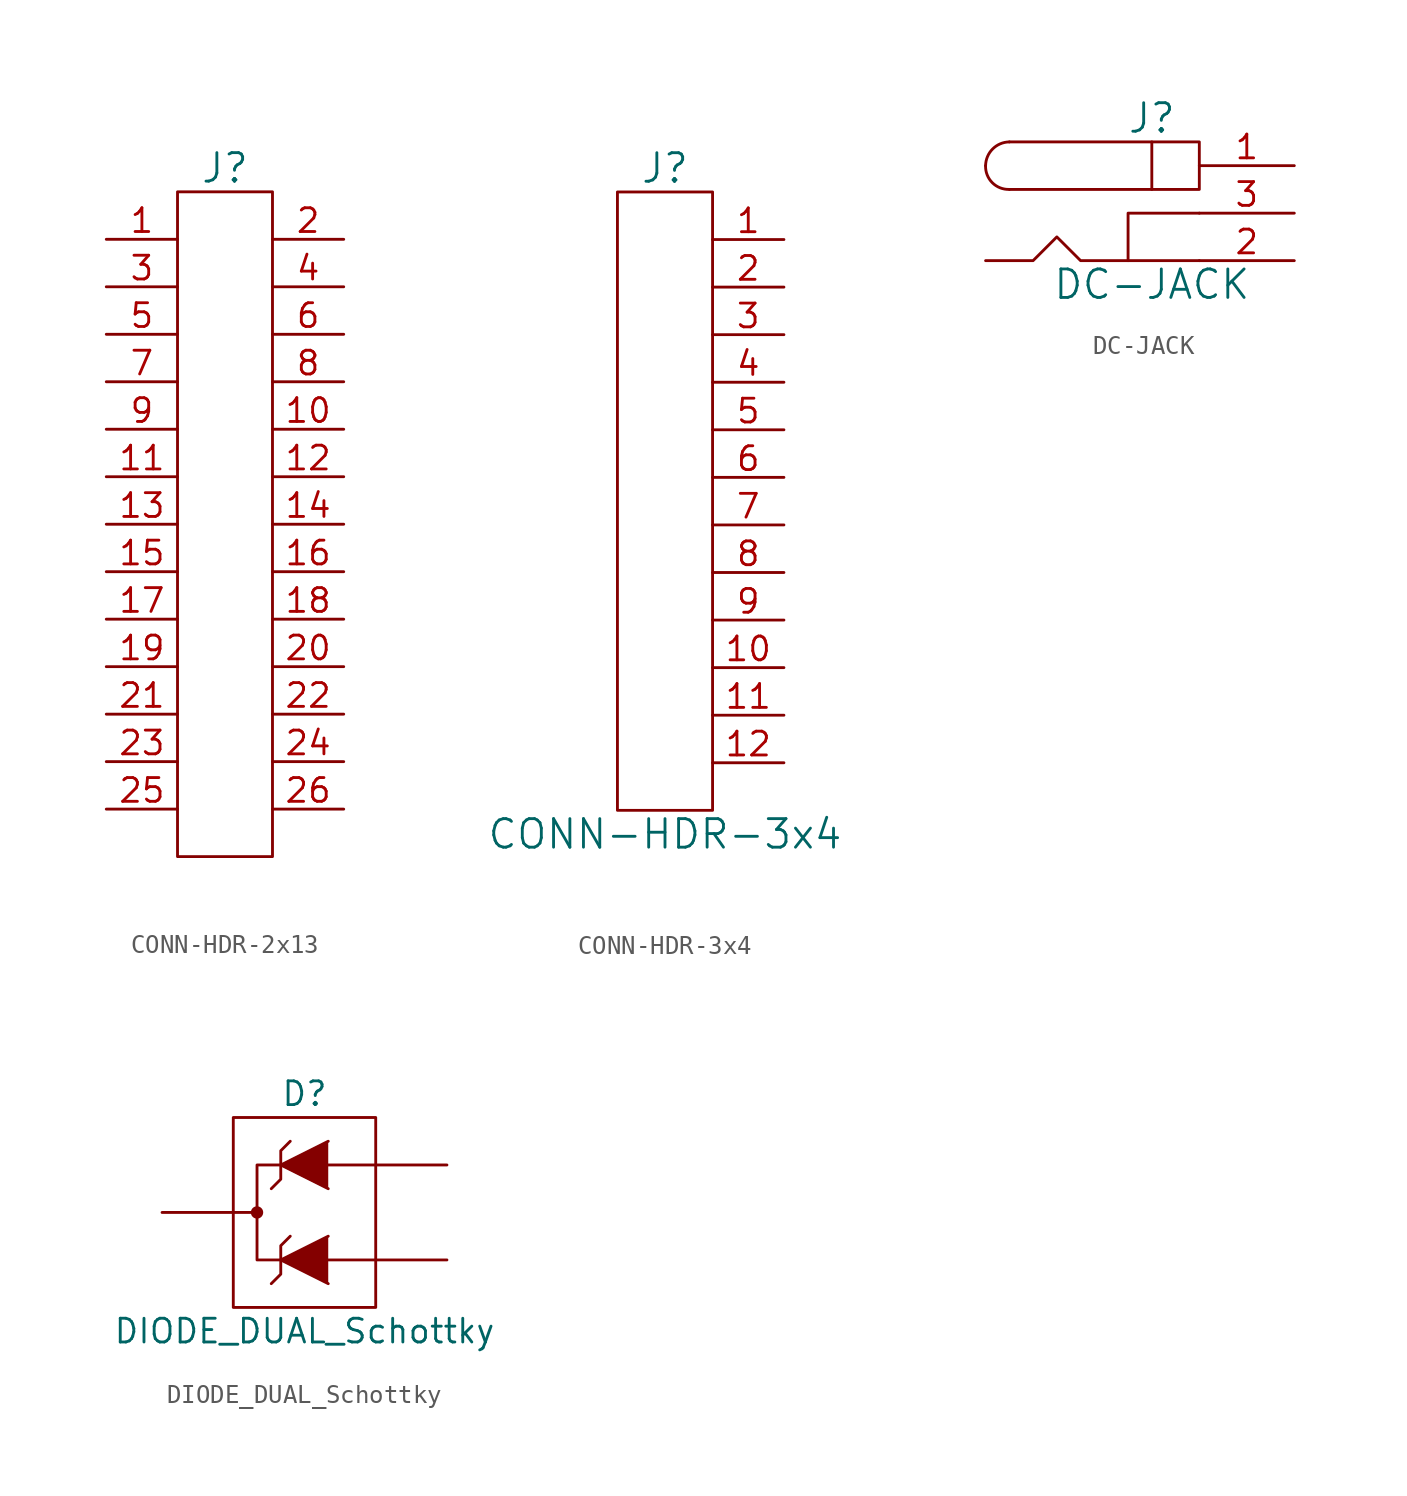
<source format=kicad_sym>
(kicad_symbol_lib
  (version 20211014)
  (generator kicad_symbol_editor)
  (symbol "CONN-HDR-2x13"
    (pin_names
      (offset 1.016))
    (property "Reference" "J"
      (at 0 19.05 0)
      (effects (font (size 1.524 1.524))))
    (property "Datasheet" ""
      (at 0 6.35 0)
      (effects (font (size 1.524 1.524))))
    (symbol "CONN-HDR-2x13_0_1"
      (rectangle (start 2.54 17.78) (end -2.54 -17.78) (stroke (width 0) (type default) (color 0 0 0 0)) (fill (type none)))
      (pin passive line (at 6.35 15.24 180) (length 3.81) (name "~" (effects (font (size 1.27 1.27)))) (number "2" (effects (font (size 1.27 1.27))))))
    (symbol "CONN-HDR-2x13_1_1"
      (pin passive line (at -6.35 15.24 0) (length 3.81) (name "~" (effects (font (size 1.27 1.27)))) (number "1" (effects (font (size 1.27 1.27)))))
      (pin passive line (at 6.35 5.08 180) (length 3.81) (name "~" (effects (font (size 1.27 1.27)))) (number "10" (effects (font (size 1.27 1.27)))))
      (pin passive line (at -6.35 2.54 0) (length 3.81) (name "~" (effects (font (size 1.27 1.27)))) (number "11" (effects (font (size 1.27 1.27)))))
      (pin passive line (at 6.35 2.54 180) (length 3.81) (name "~" (effects (font (size 1.27 1.27)))) (number "12" (effects (font (size 1.27 1.27)))))
      (pin passive line (at -6.35 0 0) (length 3.81) (name "~" (effects (font (size 1.27 1.27)))) (number "13" (effects (font (size 1.27 1.27)))))
      (pin passive line (at 6.35 0 180) (length 3.81) (name "~" (effects (font (size 1.27 1.27)))) (number "14" (effects (font (size 1.27 1.27)))))
      (pin passive line (at -6.35 -2.54 0) (length 3.81) (name "~" (effects (font (size 1.27 1.27)))) (number "15" (effects (font (size 1.27 1.27)))))
      (pin passive line (at 6.35 -2.54 180) (length 3.81) (name "~" (effects (font (size 1.27 1.27)))) (number "16" (effects (font (size 1.27 1.27)))))
      (pin passive line (at -6.35 -5.08 0) (length 3.81) (name "~" (effects (font (size 1.27 1.27)))) (number "17" (effects (font (size 1.27 1.27)))))
      (pin passive line (at 6.35 -5.08 180) (length 3.81) (name "~" (effects (font (size 1.27 1.27)))) (number "18" (effects (font (size 1.27 1.27)))))
      (pin passive line (at -6.35 -7.62 0) (length 3.81) (name "~" (effects (font (size 1.27 1.27)))) (number "19" (effects (font (size 1.27 1.27)))))
      (pin passive line (at 6.35 -7.62 180) (length 3.81) (name "~" (effects (font (size 1.27 1.27)))) (number "20" (effects (font (size 1.27 1.27)))))
      (pin passive line (at -6.35 -10.16 0) (length 3.81) (name "~" (effects (font (size 1.27 1.27)))) (number "21" (effects (font (size 1.27 1.27)))))
      (pin passive line (at 6.35 -10.16 180) (length 3.81) (name "~" (effects (font (size 1.27 1.27)))) (number "22" (effects (font (size 1.27 1.27)))))
      (pin passive line (at -6.35 -12.7 0) (length 3.81) (name "~" (effects (font (size 1.27 1.27)))) (number "23" (effects (font (size 1.27 1.27)))))
      (pin passive line (at 6.35 -12.7 180) (length 3.81) (name "~" (effects (font (size 1.27 1.27)))) (number "24" (effects (font (size 1.27 1.27)))))
      (pin passive line (at -6.35 -15.24 0) (length 3.81) (name "~" (effects (font (size 1.27 1.27)))) (number "25" (effects (font (size 1.27 1.27)))))
      (pin passive line (at 6.35 -15.24 180) (length 3.81) (name "~" (effects (font (size 1.27 1.27)))) (number "26" (effects (font (size 1.27 1.27)))))
      (pin passive line (at -6.35 12.7 0) (length 3.81) (name "~" (effects (font (size 1.27 1.27)))) (number "3" (effects (font (size 1.27 1.27)))))
      (pin passive line (at 6.35 12.7 180) (length 3.81) (name "~" (effects (font (size 1.27 1.27)))) (number "4" (effects (font (size 1.27 1.27)))))
      (pin passive line (at -6.35 10.16 0) (length 3.81) (name "~" (effects (font (size 1.27 1.27)))) (number "5" (effects (font (size 1.27 1.27)))))
      (pin passive line (at 6.35 10.16 180) (length 3.81) (name "~" (effects (font (size 1.27 1.27)))) (number "6" (effects (font (size 1.27 1.27)))))
      (pin passive line (at -6.35 7.62 0) (length 3.81) (name "~" (effects (font (size 1.27 1.27)))) (number "7" (effects (font (size 1.27 1.27)))))
      (pin passive line (at 6.35 7.62 180) (length 3.81) (name "~" (effects (font (size 1.27 1.27)))) (number "8" (effects (font (size 1.27 1.27)))))
      (pin passive line (at -6.35 5.08 0) (length 3.81) (name "~" (effects (font (size 1.27 1.27)))) (number "9" (effects (font (size 1.27 1.27)))))))
  (symbol "CONN-HDR-3x4"
    (pin_names
      (offset 1.016))
    (property "Reference" "J"
      (at 0 17.78 0)
      (effects (font (size 1.524 1.524))))
    (property "Value" "CONN-HDR-3x4"
      (at 0 -17.78 0)
      (effects (font (size 1.524 1.524))))
    (property "Datasheet" ""
      (at 0 5.08 0)
      (effects (font (size 1.524 1.524))))
    (symbol "CONN-HDR-3x4_0_1"
      (rectangle (start 2.54 16.51) (end -2.54 -16.51) (stroke (width 0) (type default) (color 0 0 0 0)) (fill (type none)))
      (pin passive line (at 6.35 11.43 180) (length 3.81) (name "~" (effects (font (size 1.27 1.27)))) (number "2" (effects (font (size 1.27 1.27))))))
    (symbol "CONN-HDR-3x4_1_1"
      (pin passive line (at 6.35 13.97 180) (length 3.81) (name "~" (effects (font (size 1.27 1.27)))) (number "1" (effects (font (size 1.27 1.27)))))
      (pin passive line (at 6.35 -8.89 180) (length 3.81) (name "~" (effects (font (size 1.27 1.27)))) (number "10" (effects (font (size 1.27 1.27)))))
      (pin passive line (at 6.35 -11.43 180) (length 3.81) (name "~" (effects (font (size 1.27 1.27)))) (number "11" (effects (font (size 1.27 1.27)))))
      (pin passive line (at 6.35 -13.97 180) (length 3.81) (name "~" (effects (font (size 1.27 1.27)))) (number "12" (effects (font (size 1.27 1.27)))))
      (pin passive line (at 6.35 8.89 180) (length 3.81) (name "~" (effects (font (size 1.27 1.27)))) (number "3" (effects (font (size 1.27 1.27)))))
      (pin passive line (at 6.35 6.35 180) (length 3.81) (name "~" (effects (font (size 1.27 1.27)))) (number "4" (effects (font (size 1.27 1.27)))))
      (pin passive line (at 6.35 3.81 180) (length 3.81) (name "~" (effects (font (size 1.27 1.27)))) (number "5" (effects (font (size 1.27 1.27)))))
      (pin passive line (at 6.35 1.27 180) (length 3.81) (name "~" (effects (font (size 1.27 1.27)))) (number "6" (effects (font (size 1.27 1.27)))))
      (pin passive line (at 6.35 -1.27 180) (length 3.81) (name "~" (effects (font (size 1.27 1.27)))) (number "7" (effects (font (size 1.27 1.27)))))
      (pin passive line (at 6.35 -3.81 180) (length 3.81) (name "~" (effects (font (size 1.27 1.27)))) (number "8" (effects (font (size 1.27 1.27)))))
      (pin passive line (at 6.35 -6.35 180) (length 3.81) (name "~" (effects (font (size 1.27 1.27)))) (number "9" (effects (font (size 1.27 1.27)))))))
  (symbol "DC-JACK"
    (pin_names
      (offset 1.016))
    (property "Reference" "J"
      (at 0 5.08 0)
      (effects (font (size 1.524 1.524))))
    (property "Value" "DC-JACK"
      (at 0 -3.81 0)
      (effects (font (size 1.524 1.524))))
    (property "Datasheet" ""
      (at 0 0 0)
      (effects (font (size 1.524 1.524))))
    (symbol "DC-JACK_0_1"
      (arc (start -8.89 2.54) (mid -8.5271 1.6254) (end -7.62 1.27) (stroke (width 0) (type default) (color 0 0 0 0)) (fill (type none)))
      (arc (start -7.62 3.81) (mid -8.5088 3.4366) (end -8.89 2.54) (stroke (width 0) (type default) (color 0 0 0 0)) (fill (type none)))
      (polyline (pts (xy -7.62 1.27) (xy 0 1.27)) (stroke (width 0) (type default) (color 0 0 0 0)) (fill (type none)))
      (polyline (pts (xy 0 3.81) (xy -7.62 3.81)) (stroke (width 0) (type default) (color 0 0 0 0)) (fill (type none)))
      (polyline (pts (xy 2.54 0) (xy -1.27 0) (xy -1.27 -2.54)) (stroke (width 0) (type default) (color 0 0 0 0)) (fill (type none)))
      (polyline (pts (xy 2.54 -2.54) (xy -3.81 -2.54) (xy -5.08 -1.27) (xy -6.35 -2.54) (xy -8.89 -2.54)) (stroke (width 0) (type default) (color 0 0 0 0)) (fill (type none)))
      (rectangle (start 2.54 3.81) (end 0 1.27) (stroke (width 0) (type default) (color 0 0 0 0)) (fill (type none))))
    (symbol "DC-JACK_1_1"
      (pin passive line (at 7.62 2.54 180) (length 5.08) (name "~" (effects (font (size 1.27 1.27)))) (number "1" (effects (font (size 1.27 1.27)))))
      (pin passive line (at 7.62 -2.54 180) (length 5.08) (name "~" (effects (font (size 1.27 1.27)))) (number "2" (effects (font (size 1.27 1.27)))))
      (pin passive line (at 7.62 0 180) (length 5.08) (name "~" (effects (font (size 1.27 1.27)))) (number "3" (effects (font (size 1.27 1.27)))))))
  (symbol "DIODE_DUAL_Schottky"
    (pin_numbers hide)
    (pin_names
      (offset 1.016) hide)
    (property "Reference" "D"
      (at 0 6.35 0)
      (effects (font (size 1.27 1.27))))
    (property "Value" "DIODE_DUAL_Schottky"
      (at 0 -6.35 0)
      (effects (font (size 1.27 1.27))))
    (property "Datasheet" ""
      (at 0 2.54 0)
      (effects (font (size 1.524 1.524))))
    (symbol "DIODE_DUAL_Schottky_0_0"
      (polyline (pts (xy -0.762 -1.27) (xy -1.27 -1.778) (xy -1.27 -3.302) (xy -1.778 -3.81)) (stroke (width 0) (type default) (color 0 0 0 0)) (fill (type none)))
      (polyline (pts (xy -0.762 3.81) (xy -1.27 3.302) (xy -1.27 1.778) (xy -1.778 1.27)) (stroke (width 0) (type default) (color 0 0 0 0)) (fill (type none))))
    (symbol "DIODE_DUAL_Schottky_0_1"
      (rectangle (start -3.81 5.08) (end 3.81 -5.08) (stroke (width 0) (type default) (color 0 0 0 0)) (fill (type none)))
      (circle (center -2.54 0) (radius 0.254) (stroke (width 0) (type default) (color 0 0 0 0)) (fill (type outline)))
      (polyline (pts (xy 1.27 -2.54) (xy 3.81 -2.54)) (stroke (width 0) (type default) (color 0 0 0 0)) (fill (type none)))
      (polyline (pts (xy 1.27 2.54) (xy 3.81 2.54)) (stroke (width 0) (type default) (color 0 0 0 0)) (fill (type none)))
      (polyline (pts (xy -1.27 -2.54) (xy -2.54 -2.54) (xy -2.54 0)) (stroke (width 0) (type default) (color 0 0 0 0)) (fill (type none)))
      (polyline (pts (xy 1.27 -1.27) (xy -1.27 -2.54) (xy 1.27 -3.81)) (stroke (width 0) (type default) (color 0 0 0 0)) (fill (type outline)))
      (polyline (pts (xy 1.27 3.81) (xy -1.27 2.54) (xy 1.27 1.27)) (stroke (width 0) (type default) (color 0 0 0 0)) (fill (type outline)))
      (polyline (pts (xy -3.81 0) (xy -2.54 0) (xy -2.54 2.54) (xy -1.27 2.54)) (stroke (width 0) (type default) (color 0 0 0 0)) (fill (type none))))
    (symbol "DIODE_DUAL_Schottky_1_1"
      (pin passive line (at 7.62 -2.54 180) (length 3.81) (name "A" (effects (font (size 1.27 1.27)))) (number "1" (effects (font (size 1.27 1.27)))))
      (pin passive line (at 7.62 2.54 180) (length 3.81) (name "A" (effects (font (size 1.27 1.27)))) (number "2" (effects (font (size 1.27 1.27)))))
      (pin passive line (at -7.62 0 0) (length 3.81) (name "K" (effects (font (size 1.27 1.27)))) (number "3" (effects (font (size 1.27 1.27))))))))
</source>
